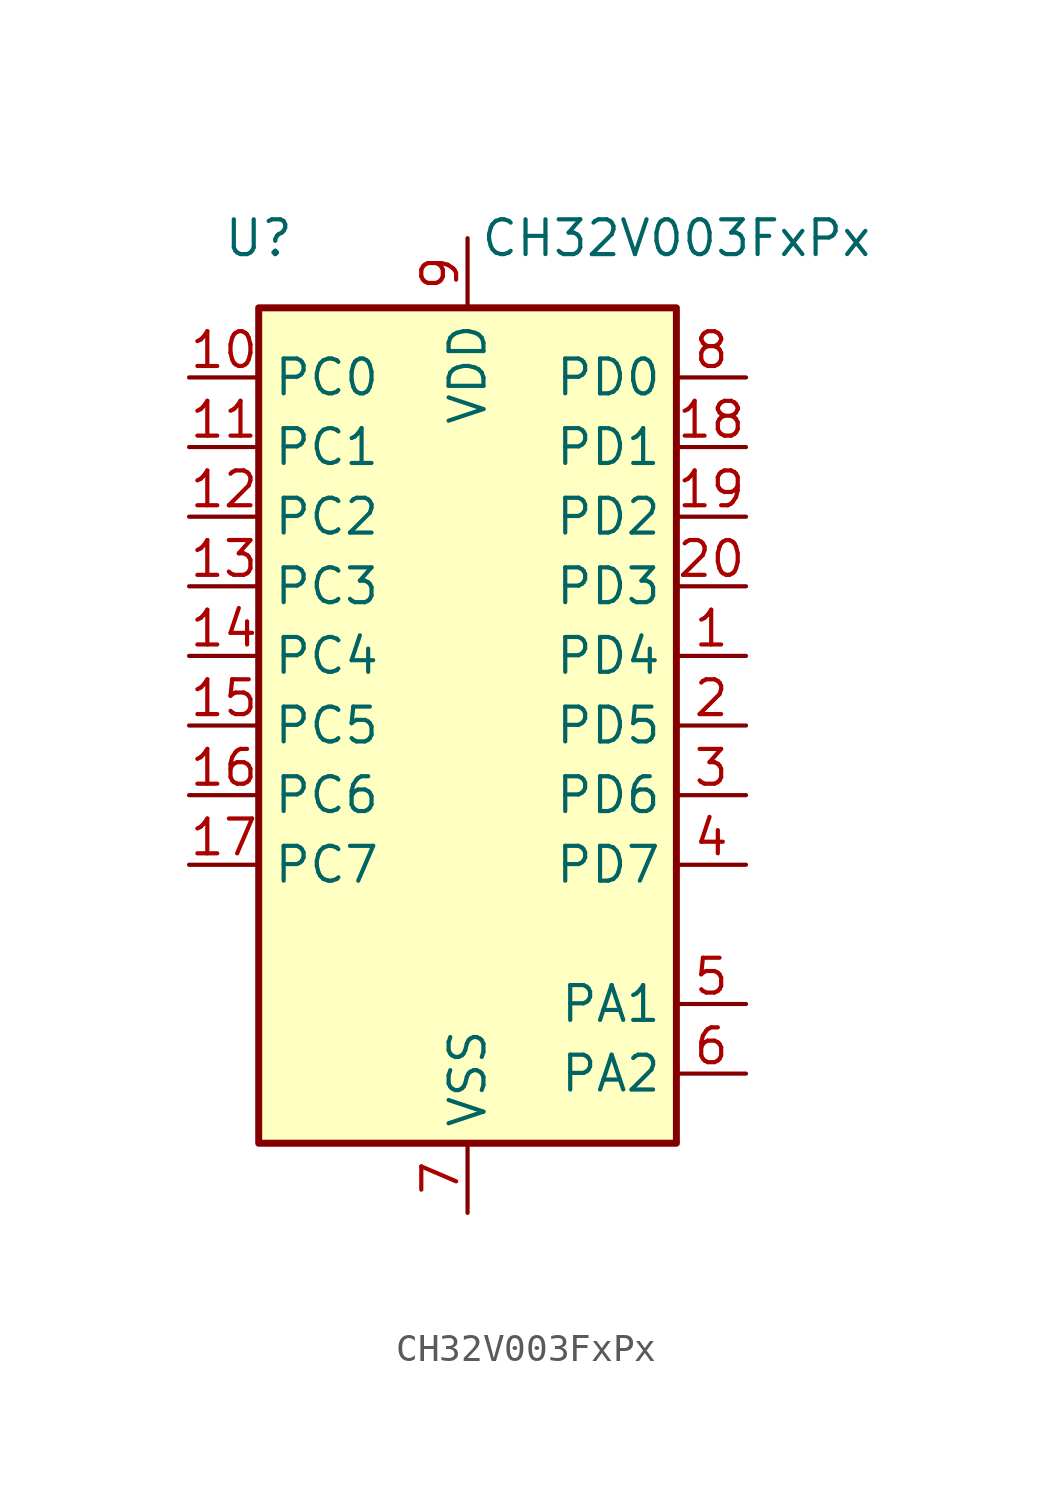
<source format=kicad_sym>
(kicad_symbol_lib
  (version 20241209)
  (generator "kicad_symbol_editor")
  (generator_version "9.0")
  (symbol "CH32V003FxPx"
    (property "Reference" "U"
      (at -7.62 17.78 0)
      (effects (font (size 1.27 1.27))))
    (property "Value" "CH32V003FxPx"
      (at 7.62 17.78 0)
      (effects (font (size 1.27 1.27))))
    (symbol "CH32V003FxPx_1_1"
      (rectangle (start -7.62 15.24) (end 7.62 -15.24) (stroke (width 0.254) (type default)) (fill (type background)))
      (pin bidirectional line (at -10.16 12.7 0) (length 2.54) (name "PC0" (effects (font (size 1.27 1.27)))) (number "10" (effects (font (size 1.27 1.27)))) (alternate "NSS_1" bidirectional line) (alternate "T1CH3_1" bidirectional line) (alternate "T2CH3" bidirectional line) (alternate "T2CH3_2" bidirectional line) (alternate "UTX_3" bidirectional line))
      (pin bidirectional line (at -10.16 10.16 0) (length 2.54) (name "PC1" (effects (font (size 1.27 1.27)))) (number "11" (effects (font (size 1.27 1.27)))) (alternate "NSS" bidirectional line) (alternate "SDA" bidirectional line) (alternate "T1BKIN_1" bidirectional line) (alternate "T1BKIN_3" bidirectional line) (alternate "T2CH1ETR_2" bidirectional line) (alternate "T2CH1ETR_3" bidirectional line) (alternate "T2CH4_1" bidirectional line) (alternate "URX_3" bidirectional line))
      (pin bidirectional line (at -10.16 7.62 0) (length 2.54) (name "PC2" (effects (font (size 1.27 1.27)))) (number "12" (effects (font (size 1.27 1.27)))) (alternate "AETR_1" bidirectional line) (alternate "SCL" bidirectional line) (alternate "T1BKIN" bidirectional line) (alternate "T1BKIN_2" bidirectional line) (alternate "T1ETR_3" bidirectional line) (alternate "T2CH2_1" bidirectional line) (alternate "URTS" bidirectional line) (alternate "URTS_1" bidirectional line))
      (pin bidirectional line (at -10.16 5.08 0) (length 2.54) (name "PC3" (effects (font (size 1.27 1.27)))) (number "13" (effects (font (size 1.27 1.27)))) (alternate "T1CH1N_1" bidirectional line) (alternate "T1CH1N_3" bidirectional line) (alternate "T1CH3" bidirectional line) (alternate "T1CH3_2" bidirectional line) (alternate "UCTS_1" bidirectional line))
      (pin bidirectional line (at -10.16 2.54 0) (length 2.54) (name "PC4" (effects (font (size 1.27 1.27)))) (number "14" (effects (font (size 1.27 1.27)))) (alternate "A2" bidirectional line) (alternate "MCO" bidirectional line) (alternate "T1CH1_3" bidirectional line) (alternate "T1CH2N_1" bidirectional line) (alternate "T1CH4" bidirectional line) (alternate "T1CH4_2" bidirectional line))
      (pin bidirectional line (at -10.16 0 0) (length 2.54) (name "PC5" (effects (font (size 1.27 1.27)))) (number "15" (effects (font (size 1.27 1.27)))) (alternate "SCK" bidirectional line) (alternate "SCK_1" bidirectional line) (alternate "SCL_2" bidirectional line) (alternate "SCL_3" bidirectional line) (alternate "T1CH3_3" bidirectional line) (alternate "T1ETR" bidirectional line) (alternate "T1ETR_1" bidirectional line) (alternate "T2CH1ETR_1" bidirectional line) (alternate "UCK_3" bidirectional line))
      (pin bidirectional line (at -10.16 -2.54 0) (length 2.54) (name "PC6" (effects (font (size 1.27 1.27)))) (number "16" (effects (font (size 1.27 1.27)))) (alternate "MOSI" bidirectional line) (alternate "MOSI_1" bidirectional line) (alternate "SDA_2" bidirectional line) (alternate "SDA_3" bidirectional line) (alternate "T1CH1_1" bidirectional line) (alternate "T1CH3N_3" bidirectional line) (alternate "UCTS_2" bidirectional line) (alternate "UCTS_3" bidirectional line))
      (pin bidirectional line (at -10.16 -5.08 0) (length 2.54) (name "PC7" (effects (font (size 1.27 1.27)))) (number "17" (effects (font (size 1.27 1.27)))) (alternate "MISO" bidirectional line) (alternate "MISO_1" bidirectional line) (alternate "T1CH2_1" bidirectional line) (alternate "T1CH2_3" bidirectional line) (alternate "T2CH2_3" bidirectional line) (alternate "URTS_2" bidirectional line) (alternate "URTS_3" bidirectional line))
      (pin power_in line (at 0 17.78 270) (length 2.54) (name "VDD" (effects (font (size 1.27 1.27)))) (number "9" (effects (font (size 1.27 1.27)))))
      (pin power_in line (at 0 -17.78 90) (length 2.54) (name "VSS" (effects (font (size 1.27 1.27)))) (number "7" (effects (font (size 1.27 1.27)))))
      (pin bidirectional line (at 10.16 12.7 180) (length 2.54) (name "PD0" (effects (font (size 1.27 1.27)))) (number "8" (effects (font (size 1.27 1.27)))) (alternate "OPN1" bidirectional line) (alternate "SDA_1" bidirectional line) (alternate "TICH1N" bidirectional line) (alternate "TICH1N_2" bidirectional line) (alternate "UTX_1" bidirectional line))
      (pin bidirectional line (at 10.16 10.16 180) (length 2.54) (name "PD1" (effects (font (size 1.27 1.27)))) (number "18" (effects (font (size 1.27 1.27)))) (alternate "AETR2" bidirectional line) (alternate "SCL_1" bidirectional line) (alternate "SWIO" bidirectional line) (alternate "T1CH3N" bidirectional line) (alternate "T1CH3N_1" bidirectional line) (alternate "T1CH3N_2" bidirectional line) (alternate "URX_1" bidirectional line))
      (pin bidirectional line (at 10.16 7.62 180) (length 2.54) (name "PD2" (effects (font (size 1.27 1.27)))) (number "19" (effects (font (size 1.27 1.27)))) (alternate "A3" bidirectional line) (alternate "T1CH1" bidirectional line) (alternate "T1CH1_2" bidirectional line) (alternate "T1CH2N_3" bidirectional line) (alternate "T2CH3_1" bidirectional line))
      (pin bidirectional line (at 10.16 5.08 180) (length 2.54) (name "PD3" (effects (font (size 1.27 1.27)))) (number "20" (effects (font (size 1.27 1.27)))) (alternate "A4" bidirectional line) (alternate "AETR" bidirectional line) (alternate "T1CH4_1" bidirectional line) (alternate "T2CH2" bidirectional line) (alternate "T2CH2_2" bidirectional line) (alternate "UCTS" bidirectional line))
      (pin bidirectional line (at 10.16 2.54 180) (length 2.54) (name "PD4" (effects (font (size 1.27 1.27)))) (number "1" (effects (font (size 1.27 1.27)))) (alternate "A7" bidirectional line) (alternate "OPO" bidirectional line) (alternate "T1CH4_3" bidirectional line) (alternate "T2CH1ETR" bidirectional line) (alternate "TIETR_2" bidirectional line) (alternate "UCK" bidirectional line))
      (pin bidirectional line (at 10.16 0 180) (length 2.54) (name "PD5" (effects (font (size 1.27 1.27)))) (number "2" (effects (font (size 1.27 1.27)))) (alternate "A5" bidirectional line) (alternate "T2CH4_3" bidirectional line) (alternate "URX_2" bidirectional line) (alternate "UTX" bidirectional line))
      (pin bidirectional line (at 10.16 -2.54 180) (length 2.54) (name "PD6" (effects (font (size 1.27 1.27)))) (number "3" (effects (font (size 1.27 1.27)))) (alternate "A6" bidirectional line) (alternate "T2CH3_3" bidirectional line) (alternate "URX" bidirectional line) (alternate "UTX_2" bidirectional line))
      (pin bidirectional line (at 10.16 -5.08 180) (length 2.54) (name "PD7" (effects (font (size 1.27 1.27)))) (number "4" (effects (font (size 1.27 1.27)))) (alternate "NRST" bidirectional line) (alternate "OPP1" bidirectional line) (alternate "T2CH4" bidirectional line) (alternate "T2CH4_2" bidirectional line) (alternate "UCK_1" bidirectional line) (alternate "UCK_2" bidirectional line))
      (pin bidirectional line (at 10.16 -10.16 180) (length 2.54) (name "PA1" (effects (font (size 1.27 1.27)))) (number "5" (effects (font (size 1.27 1.27)))) (alternate "A1" bidirectional line) (alternate "OPN0" bidirectional line) (alternate "OSCI" bidirectional line) (alternate "T1CH2" bidirectional line) (alternate "T1CH2_2" bidirectional line))
      (pin bidirectional line (at 10.16 -12.7 180) (length 2.54) (name "PA2" (effects (font (size 1.27 1.27)))) (number "6" (effects (font (size 1.27 1.27)))) (alternate "A0" bidirectional line) (alternate "AETR2_1" bidirectional line) (alternate "OPP0" bidirectional line) (alternate "OSCO" bidirectional line) (alternate "TICH2N" bidirectional line) (alternate "TICH2N_2" bidirectional line)))))
</source>
